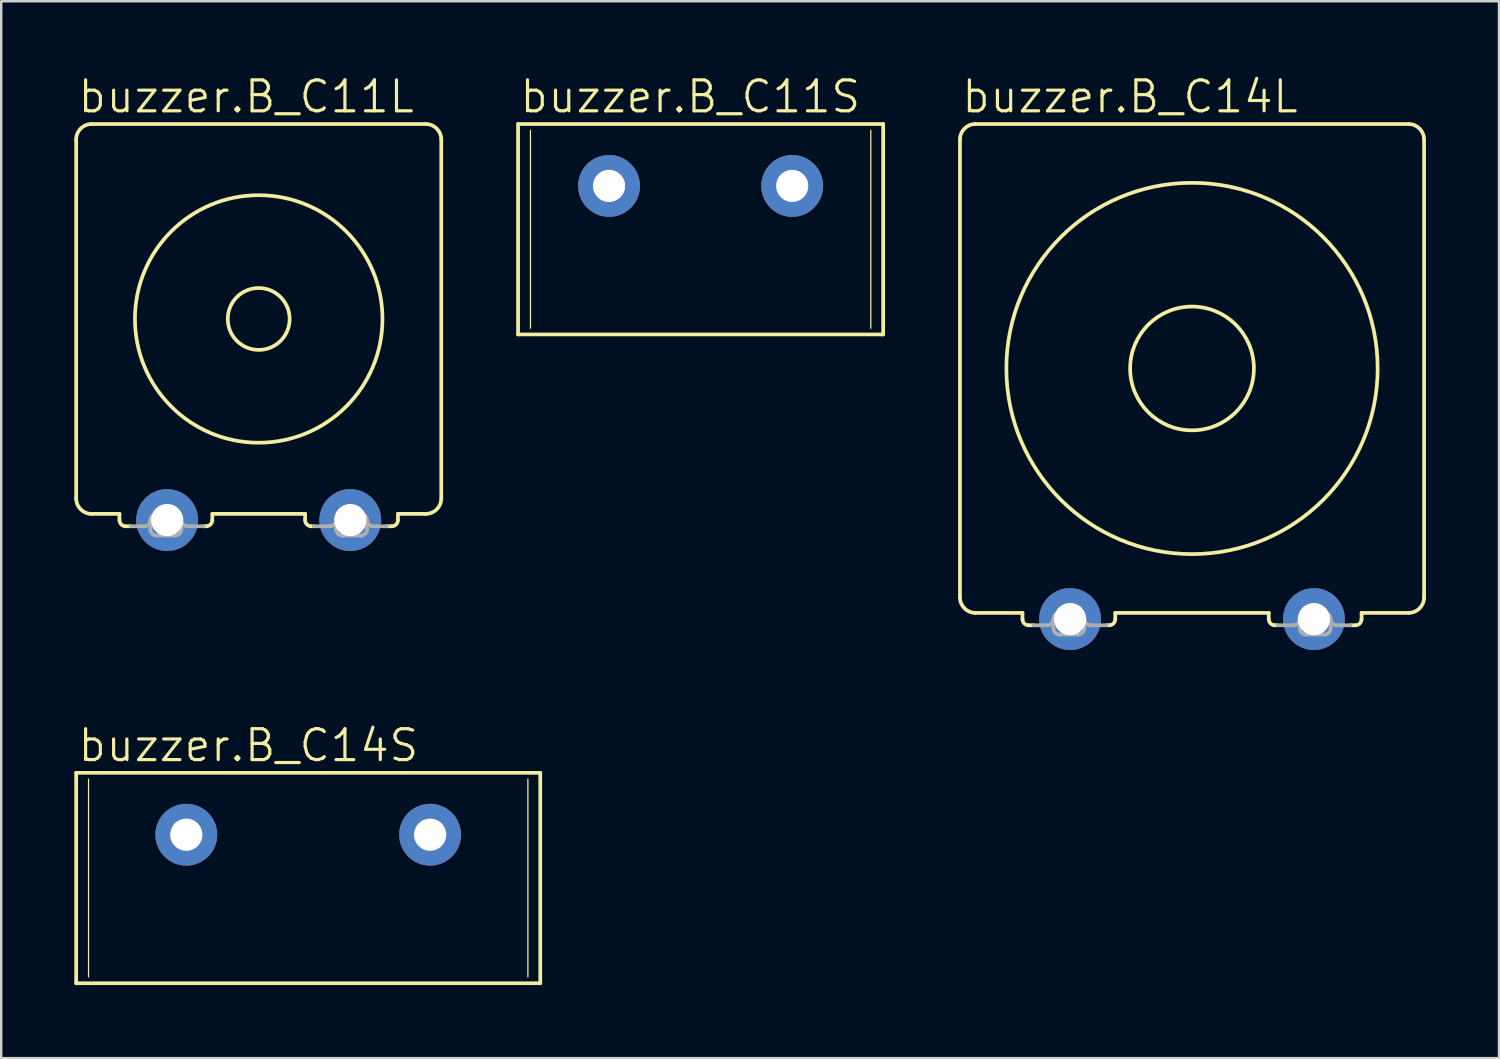
<source format=kicad_pcb>
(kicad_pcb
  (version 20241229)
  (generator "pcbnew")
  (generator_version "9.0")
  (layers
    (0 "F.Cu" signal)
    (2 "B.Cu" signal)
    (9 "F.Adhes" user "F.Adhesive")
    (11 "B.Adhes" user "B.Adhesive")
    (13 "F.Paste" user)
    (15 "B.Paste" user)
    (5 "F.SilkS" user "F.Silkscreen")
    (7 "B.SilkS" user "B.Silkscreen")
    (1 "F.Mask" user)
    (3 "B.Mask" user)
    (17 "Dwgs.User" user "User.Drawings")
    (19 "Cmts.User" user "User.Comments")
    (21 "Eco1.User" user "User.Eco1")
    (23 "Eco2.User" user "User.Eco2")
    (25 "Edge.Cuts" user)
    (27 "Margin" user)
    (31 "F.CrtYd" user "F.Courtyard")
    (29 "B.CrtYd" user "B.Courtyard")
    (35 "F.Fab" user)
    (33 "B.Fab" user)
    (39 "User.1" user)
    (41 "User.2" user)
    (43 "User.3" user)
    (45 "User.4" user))
  (footprint "buzzer.B_C11S"
    (layer "F.Cu")
    (at 25.708 4.581)
    (property "Reference" "buzzer.B_C11S" (at -7.493 -2.921 0) (layer "F.SilkS") (effects (font (size 1.27 1.27) (thickness 0.13)) (justify left bottom)))
    (attr through_hole)
    (fp_line (start -7.493 -2.54) (end -7.493 6.096) (stroke (width 0.152) (type default)) (layer "F.SilkS"))
    (fp_line (start -7.493 -2.54) (end 7.493 -2.54) (stroke (width 0.152) (type default)) (layer "F.SilkS"))
    (fp_line (start -7.493 6.096) (end 7.493 6.096) (stroke (width 0.152) (type default)) (layer "F.SilkS"))
    (fp_line (start -6.985 -2.286) (end -6.985 5.842) (stroke (width 0.051) (type default)) (layer "F.SilkS"))
    (fp_line (start 6.985 -2.286) (end 6.985 5.842) (stroke (width 0.051) (type default)) (layer "F.SilkS"))
    (fp_line (start 7.493 6.096) (end 7.493 -2.54) (stroke (width 0.152) (type default)) (layer "F.SilkS"))
    (pad "1" thru_hole circle (at -3.759 0) (size 2.54 2.54) (drill 1.321) (layers "*.Cu" "*.Mask"))
    (pad "2" thru_hole circle (at 3.759 0) (size 2.54 2.54) (drill 1.321) (layers "*.Cu" "*.Mask")))
  (footprint "buzzer.B_C14L"
    (layer "F.Cu")
    (at 45.878 12.074)
    (property "Reference" "buzzer.B_C14L" (at -9.525 -10.414 0) (layer "F.SilkS") (effects (font (size 1.27 1.27) (thickness 0.13)) (justify left bottom)))
    (attr through_hole)
    (fp_line (start -9.525 9.398) (end -9.525 -9.398) (stroke (width 0.152) (type default)) (layer "F.SilkS"))
    (fp_line (start -8.89 -10.033) (end 8.89 -10.033) (stroke (width 0.152) (type default)) (layer "F.SilkS"))
    (fp_line (start -8.89 10.033) (end -6.96 10.033) (stroke (width 0.152) (type default)) (layer "F.SilkS"))
    (fp_line (start -6.96 10.033) (end -6.96 10.287) (stroke (width 0.152) (type default)) (layer "F.SilkS"))
    (fp_line (start -6.706 10.541) (end -6.507 10.541) (stroke (width 0.152) (type default)) (layer "F.SilkS"))
    (fp_line (start -3.501 10.541) (end -3.404 10.541) (stroke (width 0.152) (type default)) (layer "F.SilkS"))
    (fp_line (start -3.15 10.033) (end 3.15 10.033) (stroke (width 0.152) (type default)) (layer "F.SilkS"))
    (fp_line (start -3.15 10.287) (end -3.15 10.033) (stroke (width 0.152) (type default)) (layer "F.SilkS"))
    (fp_line (start 3.15 10.287) (end 3.15 10.033) (stroke (width 0.152) (type default)) (layer "F.SilkS"))
    (fp_line (start 3.501 10.541) (end 3.404 10.541) (stroke (width 0.152) (type default)) (layer "F.SilkS"))
    (fp_line (start 6.706 10.541) (end 6.507 10.541) (stroke (width 0.152) (type default)) (layer "F.SilkS"))
    (fp_line (start 6.96 10.033) (end 6.96 10.287) (stroke (width 0.152) (type default)) (layer "F.SilkS"))
    (fp_line (start 6.96 10.033) (end 8.89 10.033) (stroke (width 0.152) (type default)) (layer "F.SilkS"))
    (fp_line (start 9.525 9.398) (end 9.525 -9.398) (stroke (width 0.152) (type default)) (layer "F.SilkS"))
    (fp_arc (start -9.525 -9.398) (mid -9.339013 -9.847013) (end -8.89 -10.033) (stroke (width 0.1524) (type default)) (layer "F.SilkS"))
    (fp_arc (start -8.89 10.033) (mid -9.339013 9.847013) (end -9.525 9.398) (stroke (width 0.1524) (type default)) (layer "F.SilkS"))
    (fp_arc (start -6.7056 10.541) (mid -6.885205 10.466605) (end -6.9596 10.287) (stroke (width 0.1524) (type default)) (layer "F.SilkS"))
    (fp_arc (start -3.1496 10.287) (mid -3.223995 10.466605) (end -3.4036 10.541) (stroke (width 0.1524) (type default)) (layer "F.SilkS"))
    (fp_arc (start 3.4036 10.541) (mid 3.223995 10.466605) (end 3.1496 10.287) (stroke (width 0.1524) (type default)) (layer "F.SilkS"))
    (fp_arc (start 6.9596 10.287) (mid 6.885205 10.466605) (end 6.7056 10.541) (stroke (width 0.1524) (type default)) (layer "F.SilkS"))
    (fp_arc (start 8.89 -10.033) (mid 9.339013 -9.847013) (end 9.525 -9.398) (stroke (width 0.1524) (type default)) (layer "F.SilkS"))
    (fp_arc (start 9.525 9.398) (mid 9.339013 9.847013) (end 8.89 10.033) (stroke (width 0.1524) (type default)) (layer "F.SilkS"))
    (fp_circle (center 0 0) (end 2.54 0) (stroke (width 0.152) (type default)) (fill no) (layer "F.SilkS"))
    (fp_circle (center 0 0) (end 7.62 0) (stroke (width 0.152) (type default)) (fill no) (layer "F.SilkS"))
    (fp_line (start -6.507 10.541) (end -5.944 10.541) (stroke (width 0.152) (type default)) (layer "F.Fab"))
    (fp_line (start -5.69 10.668) (end -5.69 10.287) (stroke (width 0.152) (type default)) (layer "F.Fab"))
    (fp_line (start -5.436 10.033) (end -4.674 10.033) (stroke (width 0.152) (type default)) (layer "F.Fab"))
    (fp_line (start -5.436 10.922) (end -4.674 10.922) (stroke (width 0.152) (type default)) (layer "F.Fab"))
    (fp_line (start -4.42 10.668) (end -4.42 10.287) (stroke (width 0.152) (type default)) (layer "F.Fab"))
    (fp_line (start -4.166 10.541) (end -3.501 10.541) (stroke (width 0.152) (type default)) (layer "F.Fab"))
    (fp_line (start 4.166 10.541) (end 3.501 10.541) (stroke (width 0.152) (type default)) (layer "F.Fab"))
    (fp_line (start 4.42 10.668) (end 4.42 10.287) (stroke (width 0.152) (type default)) (layer "F.Fab"))
    (fp_line (start 4.674 10.033) (end 5.436 10.033) (stroke (width 0.152) (type default)) (layer "F.Fab"))
    (fp_line (start 4.674 10.922) (end 5.436 10.922) (stroke (width 0.152) (type default)) (layer "F.Fab"))
    (fp_line (start 5.69 10.287) (end 5.69 10.668) (stroke (width 0.152) (type default)) (layer "F.Fab"))
    (fp_line (start 6.507 10.541) (end 5.944 10.541) (stroke (width 0.152) (type default)) (layer "F.Fab"))
    (fp_arc (start -5.6896 10.287) (mid -5.763995 10.466605) (end -5.9436 10.541) (stroke (width 0.1524) (type default)) (layer "F.Fab"))
    (fp_arc (start -5.6896 10.287) (mid -5.615205 10.107395) (end -5.4356 10.033) (stroke (width 0.1524) (type default)) (layer "F.Fab"))
    (fp_arc (start -5.4356 10.922) (mid -5.615205 10.847605) (end -5.6896 10.668) (stroke (width 0.1524) (type default)) (layer "F.Fab"))
    (fp_arc (start -4.6736 10.033) (mid -4.493995 10.107395) (end -4.4196 10.287) (stroke (width 0.1524) (type default)) (layer "F.Fab"))
    (fp_arc (start -4.4196 10.668) (mid -4.493995 10.847605) (end -4.6736 10.922) (stroke (width 0.1524) (type default)) (layer "F.Fab"))
    (fp_arc (start -4.1656 10.541) (mid -4.345205 10.466605) (end -4.4196 10.287) (stroke (width 0.1524) (type default)) (layer "F.Fab"))
    (fp_arc (start 4.4196 10.287) (mid 4.345205 10.466605) (end 4.1656 10.541) (stroke (width 0.1524) (type default)) (layer "F.Fab"))
    (fp_arc (start 4.4196 10.287) (mid 4.493995 10.107395) (end 4.6736 10.033) (stroke (width 0.1524) (type default)) (layer "F.Fab"))
    (fp_arc (start 4.6736 10.922) (mid 4.493995 10.847605) (end 4.4196 10.668) (stroke (width 0.1524) (type default)) (layer "F.Fab"))
    (fp_arc (start 5.4356 10.033) (mid 5.615205 10.107395) (end 5.6896 10.287) (stroke (width 0.1524) (type default)) (layer "F.Fab"))
    (fp_arc (start 5.6896 10.668) (mid 5.615205 10.847605) (end 5.4356 10.922) (stroke (width 0.1524) (type default)) (layer "F.Fab"))
    (fp_arc (start 5.9436 10.541) (mid 5.763995 10.466605) (end 5.6896 10.287) (stroke (width 0.1524) (type default)) (layer "F.Fab"))
    (pad "1" thru_hole circle (at -5.004 10.287) (size 2.54 2.54) (drill 1.321) (layers "*.Cu" "*.Mask"))
    (pad "2" thru_hole circle (at 5.004 10.287) (size 2.54 2.54) (drill 1.321) (layers "*.Cu" "*.Mask")))
  (footprint "buzzer.B_C11L"
    (layer "F.Cu")
    (at 7.569 10.042)
    (property "Reference" "buzzer.B_C11L" (at -7.493 -8.382 0) (layer "F.SilkS") (effects (font (size 1.27 1.27) (thickness 0.13)) (justify left bottom)))
    (attr through_hole)
    (fp_line (start -7.493 7.366) (end -7.493 -7.366) (stroke (width 0.152) (type default)) (layer "F.SilkS"))
    (fp_line (start -6.858 -8.001) (end 6.858 -8.001) (stroke (width 0.152) (type default)) (layer "F.SilkS"))
    (fp_line (start -6.858 8.001) (end -5.715 8.001) (stroke (width 0.152) (type default)) (layer "F.SilkS"))
    (fp_line (start -5.715 8.001) (end -5.715 8.255) (stroke (width 0.152) (type default)) (layer "F.SilkS"))
    (fp_line (start -5.461 8.509) (end -5.262 8.509) (stroke (width 0.152) (type default)) (layer "F.SilkS"))
    (fp_line (start -2.257 8.509) (end -2.159 8.509) (stroke (width 0.152) (type default)) (layer "F.SilkS"))
    (fp_line (start -1.905 8.001) (end 1.905 8.001) (stroke (width 0.152) (type default)) (layer "F.SilkS"))
    (fp_line (start -1.905 8.255) (end -1.905 8.001) (stroke (width 0.152) (type default)) (layer "F.SilkS"))
    (fp_line (start 1.905 8.255) (end 1.905 8.001) (stroke (width 0.152) (type default)) (layer "F.SilkS"))
    (fp_line (start 2.257 8.509) (end 2.159 8.509) (stroke (width 0.152) (type default)) (layer "F.SilkS"))
    (fp_line (start 5.461 8.509) (end 5.262 8.509) (stroke (width 0.152) (type default)) (layer "F.SilkS"))
    (fp_line (start 5.715 8.001) (end 5.715 8.255) (stroke (width 0.152) (type default)) (layer "F.SilkS"))
    (fp_line (start 5.715 8.001) (end 6.858 8.001) (stroke (width 0.152) (type default)) (layer "F.SilkS"))
    (fp_line (start 7.493 7.366) (end 7.493 -7.366) (stroke (width 0.152) (type default)) (layer "F.SilkS"))
    (fp_arc (start -7.493 -7.366) (mid -7.307013 -7.815013) (end -6.858 -8.001) (stroke (width 0.1524) (type default)) (layer "F.SilkS"))
    (fp_arc (start -6.858 8.001) (mid -7.307013 7.815013) (end -7.493 7.366) (stroke (width 0.1524) (type default)) (layer "F.SilkS"))
    (fp_arc (start -5.461 8.509) (mid -5.640605 8.434605) (end -5.715 8.255) (stroke (width 0.1524) (type default)) (layer "F.SilkS"))
    (fp_arc (start -1.905 8.255) (mid -1.979395 8.434605) (end -2.159 8.509) (stroke (width 0.1524) (type default)) (layer "F.SilkS"))
    (fp_arc (start 2.159 8.509) (mid 1.979395 8.434605) (end 1.905 8.255) (stroke (width 0.1524) (type default)) (layer "F.SilkS"))
    (fp_arc (start 5.715 8.255) (mid 5.640605 8.434605) (end 5.461 8.509) (stroke (width 0.1524) (type default)) (layer "F.SilkS"))
    (fp_arc (start 6.858 -8.001) (mid 7.307013 -7.815013) (end 7.493 -7.366) (stroke (width 0.1524) (type default)) (layer "F.SilkS"))
    (fp_arc (start 7.493 7.366) (mid 7.307013 7.815013) (end 6.858 8.001) (stroke (width 0.1524) (type default)) (layer "F.SilkS"))
    (fp_circle (center 0 0) (end 1.27 0) (stroke (width 0.152) (type default)) (fill no) (layer "F.SilkS"))
    (fp_circle (center 0 0) (end 5.08 0) (stroke (width 0.152) (type default)) (fill no) (layer "F.SilkS"))
    (fp_line (start -5.262 8.509) (end -4.699 8.509) (stroke (width 0.152) (type default)) (layer "F.Fab"))
    (fp_line (start -4.445 8.636) (end -4.445 8.255) (stroke (width 0.152) (type default)) (layer "F.Fab"))
    (fp_line (start -4.191 8.001) (end -3.429 8.001) (stroke (width 0.152) (type default)) (layer "F.Fab"))
    (fp_line (start -4.191 8.89) (end -3.429 8.89) (stroke (width 0.152) (type default)) (layer "F.Fab"))
    (fp_line (start -3.175 8.636) (end -3.175 8.255) (stroke (width 0.152) (type default)) (layer "F.Fab"))
    (fp_line (start -2.921 8.509) (end -2.257 8.509) (stroke (width 0.152) (type default)) (layer "F.Fab"))
    (fp_line (start 2.921 8.509) (end 2.257 8.509) (stroke (width 0.152) (type default)) (layer "F.Fab"))
    (fp_line (start 3.175 8.636) (end 3.175 8.255) (stroke (width 0.152) (type default)) (layer "F.Fab"))
    (fp_line (start 3.429 8.001) (end 4.191 8.001) (stroke (width 0.152) (type default)) (layer "F.Fab"))
    (fp_line (start 3.429 8.89) (end 4.191 8.89) (stroke (width 0.152) (type default)) (layer "F.Fab"))
    (fp_line (start 4.445 8.255) (end 4.445 8.636) (stroke (width 0.152) (type default)) (layer "F.Fab"))
    (fp_line (start 5.262 8.509) (end 4.699 8.509) (stroke (width 0.152) (type default)) (layer "F.Fab"))
    (fp_arc (start -4.445 8.255) (mid -4.519395 8.434605) (end -4.699 8.509) (stroke (width 0.1524) (type default)) (layer "F.Fab"))
    (fp_arc (start -4.445 8.255) (mid -4.370605 8.075395) (end -4.191 8.001) (stroke (width 0.1524) (type default)) (layer "F.Fab"))
    (fp_arc (start -4.191 8.89) (mid -4.370605 8.815605) (end -4.445 8.636) (stroke (width 0.1524) (type default)) (layer "F.Fab"))
    (fp_arc (start -3.429 8.001) (mid -3.249395 8.075395) (end -3.175 8.255) (stroke (width 0.1524) (type default)) (layer "F.Fab"))
    (fp_arc (start -3.175 8.636) (mid -3.249395 8.815605) (end -3.429 8.89) (stroke (width 0.1524) (type default)) (layer "F.Fab"))
    (fp_arc (start -2.921 8.509) (mid -3.100605 8.434605) (end -3.175 8.255) (stroke (width 0.1524) (type default)) (layer "F.Fab"))
    (fp_arc (start 3.175 8.255) (mid 3.100605 8.434605) (end 2.921 8.509) (stroke (width 0.1524) (type default)) (layer "F.Fab"))
    (fp_arc (start 3.175 8.255) (mid 3.249395 8.075395) (end 3.429 8.001) (stroke (width 0.1524) (type default)) (layer "F.Fab"))
    (fp_arc (start 3.429 8.89) (mid 3.249395 8.815605) (end 3.175 8.636) (stroke (width 0.1524) (type default)) (layer "F.Fab"))
    (fp_arc (start 4.191 8.001) (mid 4.370605 8.075395) (end 4.445 8.255) (stroke (width 0.1524) (type default)) (layer "F.Fab"))
    (fp_arc (start 4.445 8.636) (mid 4.370605 8.815605) (end 4.191 8.89) (stroke (width 0.1524) (type default)) (layer "F.Fab"))
    (fp_arc (start 4.699 8.509) (mid 4.519395 8.434605) (end 4.445 8.255) (stroke (width 0.1524) (type default)) (layer "F.Fab"))
    (pad "1" thru_hole circle (at -3.759 8.255) (size 2.54 2.54) (drill 1.321) (layers "*.Cu" "*.Mask"))
    (pad "2" thru_hole circle (at 3.759 8.255) (size 2.54 2.54) (drill 1.321) (layers "*.Cu" "*.Mask")))
  (footprint "buzzer.B_C14S"
    (layer "F.Cu")
    (at 9.601 31.212)
    (property "Reference" "buzzer.B_C14S" (at -9.525 -2.921 0) (layer "F.SilkS") (effects (font (size 1.27 1.27) (thickness 0.13)) (justify left bottom)))
    (attr through_hole)
    (fp_line (start -9.525 -2.54) (end -9.525 6.096) (stroke (width 0.152) (type default)) (layer "F.SilkS"))
    (fp_line (start -9.525 -2.54) (end 9.525 -2.54) (stroke (width 0.152) (type default)) (layer "F.SilkS"))
    (fp_line (start -9.525 6.096) (end 9.525 6.096) (stroke (width 0.152) (type default)) (layer "F.SilkS"))
    (fp_line (start -9.017 -2.286) (end -9.017 5.842) (stroke (width 0.051) (type default)) (layer "F.SilkS"))
    (fp_line (start 9.017 -2.286) (end 9.017 5.842) (stroke (width 0.051) (type default)) (layer "F.SilkS"))
    (fp_line (start 9.525 6.096) (end 9.525 -2.54) (stroke (width 0.152) (type default)) (layer "F.SilkS"))
    (pad "1" thru_hole circle (at -5.004 0) (size 2.54 2.54) (drill 1.321) (layers "*.Cu" "*.Mask"))
    (pad "2" thru_hole circle (at 5.004 0) (size 2.54 2.54) (drill 1.321) (layers "*.Cu" "*.Mask")))
  (gr_rect
    (start -3 -3)
    (end 58.479 40.384)
    (stroke (width 0.1) (type default))
    (fill no)
    (layer "Edge.Cuts")))
</source>
